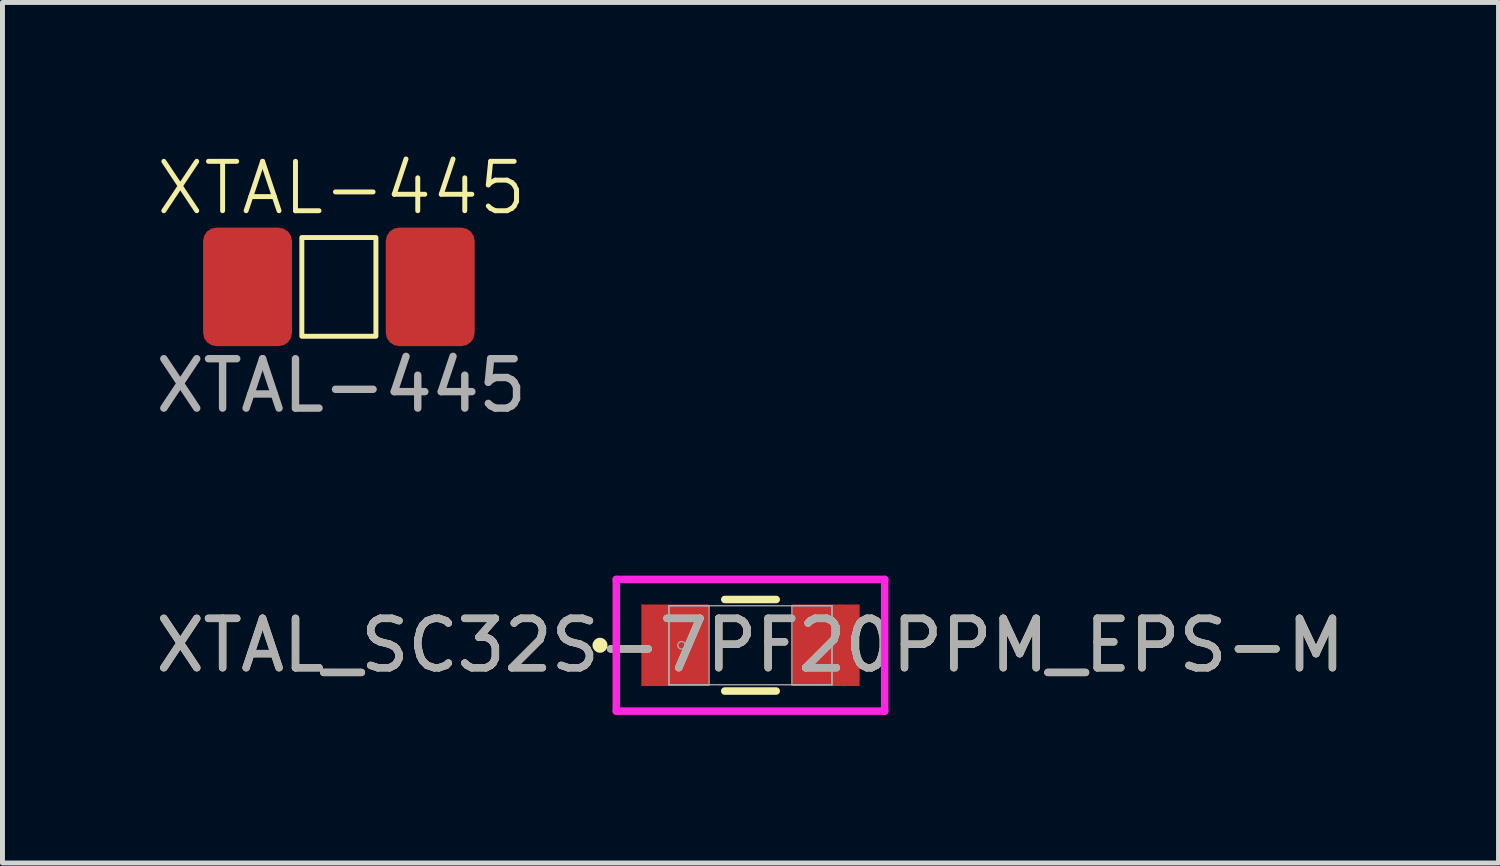
<source format=kicad_pcb>
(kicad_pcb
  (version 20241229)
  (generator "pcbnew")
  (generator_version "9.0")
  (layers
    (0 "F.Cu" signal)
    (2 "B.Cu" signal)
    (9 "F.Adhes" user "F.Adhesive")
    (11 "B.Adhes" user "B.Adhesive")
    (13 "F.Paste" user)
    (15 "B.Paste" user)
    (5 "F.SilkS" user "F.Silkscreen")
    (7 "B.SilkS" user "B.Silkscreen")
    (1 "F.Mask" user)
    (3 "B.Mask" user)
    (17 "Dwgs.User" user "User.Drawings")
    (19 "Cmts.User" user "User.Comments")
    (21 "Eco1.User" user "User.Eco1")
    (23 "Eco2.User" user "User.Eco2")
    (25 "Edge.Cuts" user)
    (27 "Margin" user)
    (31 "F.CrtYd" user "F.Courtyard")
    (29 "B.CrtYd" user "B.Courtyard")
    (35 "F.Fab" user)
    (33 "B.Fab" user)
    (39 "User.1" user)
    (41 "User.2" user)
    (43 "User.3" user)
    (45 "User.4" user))
  (footprint "XTAL-445"
    (layer "F.Cu")
    (at 3.813 3.76)
    (property "Reference" "XTAL-445" (at 0.05 -3 0) (unlocked yes) (layer "F.SilkS") (effects (font (size 1 1) (thickness 0.1))))
    (attr smd)
    (fp_rect (start -0.75 -2) (end 0.75 0) (stroke (width 0.1) (type default)) (fill no) (layer "F.SilkS"))
    (fp_text user "${REFERENCE}" (at 0.05 1 0) (unlocked yes) (layer "F.Fab") (effects (font (size 1 1) (thickness 0.15))))
    (pad "1" smd roundrect (at 1.85 -1) (size 1.8 2.4) (layers "F.Cu" "F.Mask" "F.Paste") (roundrect_rratio 0.15))
    (pad "2" smd roundrect (at -1.85 -1) (size 1.8 2.4) (layers "F.Cu" "F.Mask" "F.Paste") (roundrect_rratio 0.15)))
  (footprint "XTAL_SC32S-7PF20PPM_EPS-M"
    (layer "F.Cu")
    (at 12.149 10.018)
    (property "Reference" "XTAL_SC32S-7PF20PPM_EPS-M" (at 0 0 0) (unlocked yes) (layer "F.SilkS") (effects (font (size 1 1) (thickness 0.15))))
    (attr smd)
    (fp_line (start -0.521 0.927) (end 0.521 0.927) (stroke (width 0.152) (type solid)) (layer "F.SilkS"))
    (fp_line (start 0.521 -0.927) (end -0.521 -0.927) (stroke (width 0.152) (type solid)) (layer "F.SilkS"))
    (fp_circle (center -3.048 0) (end -2.972 0) (stroke (width 0.152) (type solid)) (fill no) (layer "F.SilkS"))
    (fp_line (start -2.718 -1.333) (end 2.718 -1.333) (stroke (width 0.152) (type solid)) (layer "F.CrtYd"))
    (fp_line (start -2.718 1.333) (end -2.718 -1.333) (stroke (width 0.152) (type solid)) (layer "F.CrtYd"))
    (fp_line (start 2.718 -1.333) (end 2.718 1.333) (stroke (width 0.152) (type solid)) (layer "F.CrtYd"))
    (fp_line (start 2.718 1.333) (end -2.718 1.333) (stroke (width 0.152) (type solid)) (layer "F.CrtYd"))
    (fp_line (start -1.651 -0.8) (end -1.651 0.8) (stroke (width 0.025) (type solid)) (layer "F.Fab"))
    (fp_line (start -1.651 -0.8) (end -1.651 0.8) (stroke (width 0.025) (type solid)) (layer "F.Fab"))
    (fp_line (start -1.651 0.8) (end -0.838 0.8) (stroke (width 0.025) (type solid)) (layer "F.Fab"))
    (fp_line (start -1.651 0.8) (end 1.651 0.8) (stroke (width 0.025) (type solid)) (layer "F.Fab"))
    (fp_line (start -0.838 -0.8) (end -1.651 -0.8) (stroke (width 0.025) (type solid)) (layer "F.Fab"))
    (fp_line (start -0.838 0.8) (end -0.838 -0.8) (stroke (width 0.025) (type solid)) (layer "F.Fab"))
    (fp_line (start 0.838 -0.8) (end 0.838 0.8) (stroke (width 0.025) (type solid)) (layer "F.Fab"))
    (fp_line (start 0.838 0.8) (end 1.651 0.8) (stroke (width 0.025) (type solid)) (layer "F.Fab"))
    (fp_line (start 1.651 -0.8) (end -1.651 -0.8) (stroke (width 0.025) (type solid)) (layer "F.Fab"))
    (fp_line (start 1.651 -0.8) (end 0.838 -0.8) (stroke (width 0.025) (type solid)) (layer "F.Fab"))
    (fp_line (start 1.651 0.8) (end 1.651 -0.8) (stroke (width 0.025) (type solid)) (layer "F.Fab"))
    (fp_line (start 1.651 0.8) (end 1.651 -0.8) (stroke (width 0.025) (type solid)) (layer "F.Fab"))
    (fp_circle (center -1.397 0) (end -1.321 0) (stroke (width 0.025) (type solid)) (fill no) (layer "F.Fab"))
    (fp_text user "${REFERENCE}" (at 0 0 0) (unlocked yes) (layer "F.Fab") (effects (font (size 1 1) (thickness 0.15))))
    (pad "1" smd rect (at -1.524 0) (size 1.372 1.651) (layers "F.Cu" "F.Mask" "F.Paste"))
    (pad "2" smd rect (at 1.524 0) (size 1.372 1.651) (layers "F.Cu" "F.Mask" "F.Paste"))
    (zone (net_name "") (layer "F.Cu") (hatch full 0.508) (connect_pads) (min_thickness 0.254) (filled_areas_thickness no) (keepout (tracks not_allowed) (vias not_allowed) (pads allowed) (copperpour not_allowed) (footprints allowed)) (placement (enabled no)) (fill) (polygon (pts (xy 11.361 9.269) (xy 12.936 9.269) (xy 12.936 10.768) (xy 11.361 10.768)))))
  (gr_rect
    (start -3 -3)
    (end 27.298 14.428)
    (stroke (width 0.1) (type default))
    (fill no)
    (layer "Edge.Cuts")))
</source>
